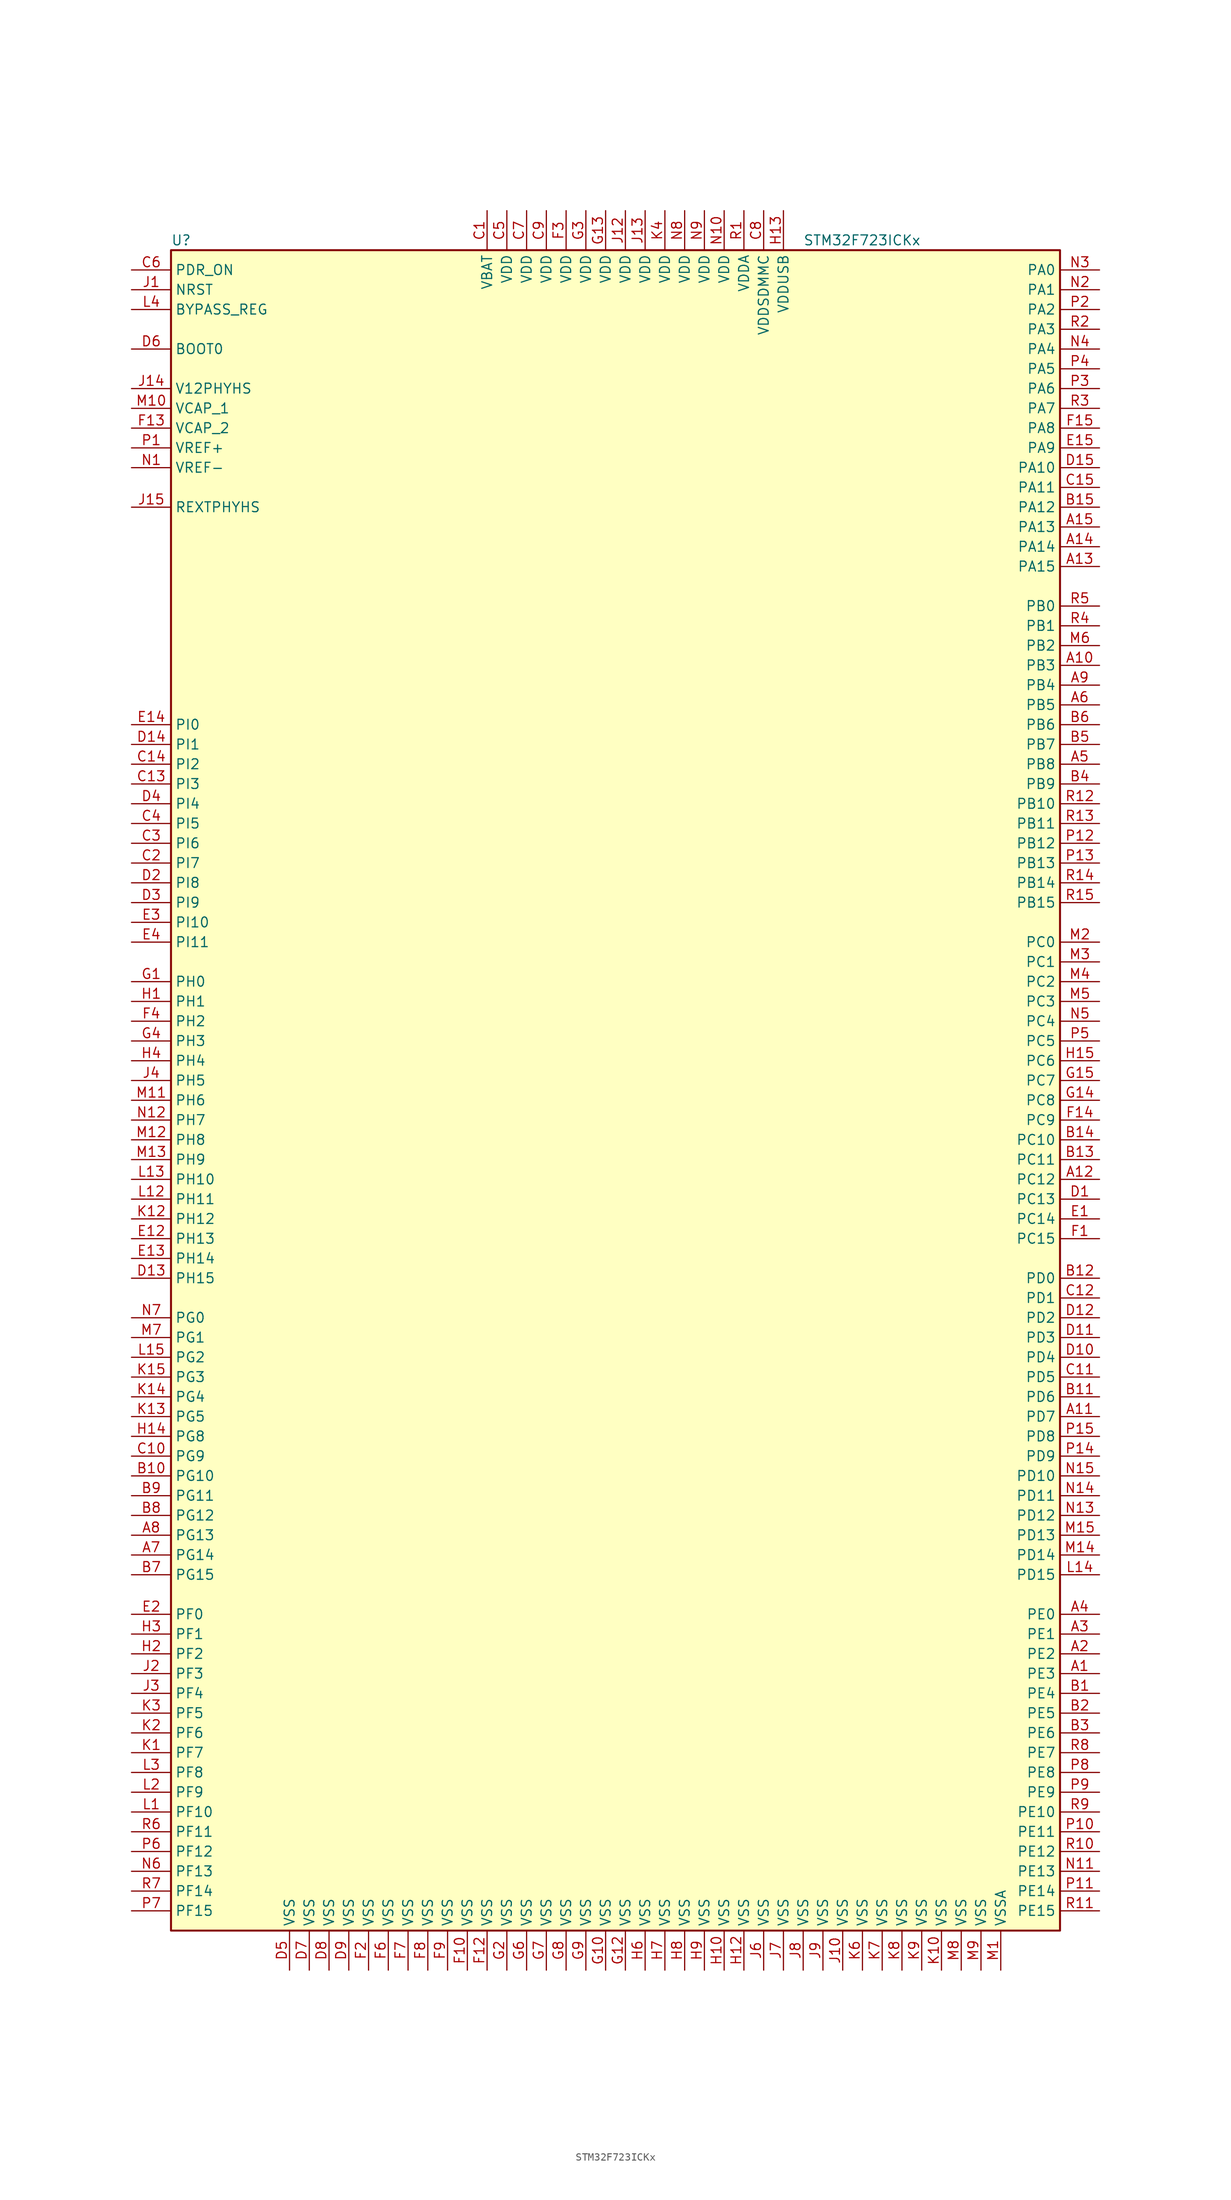
<source format=kicad_sym>
(kicad_symbol_lib
  (version 20220914)
  (generator kicad_symbol_editor)
  (symbol "STM32F723ICKx"
    (property "Reference" "U"
      (at -58.42 107.95 0)
      (effects (font (size 1.27 1.27)) (justify left)))
    (property "Value" "STM32F723ICKx"
      (at 22.86 107.95 0)
      (effects (font (size 1.27 1.27)) (justify left)))
    (symbol "STM32F723ICKx_0_1"
      (rectangle (start -58.42 -109.22) (end 55.88 106.68) (stroke (width 0.254) (type default)) (fill (type background))))
    (symbol "STM32F723ICKx_1_1"
      (pin bidirectional line (at 60.96 -76.2 180) (length 5.08) (name "PE3" (effects (font (size 1.27 1.27)))) (number "A1" (effects (font (size 1.27 1.27)))))
      (pin bidirectional line (at 60.96 53.34 180) (length 5.08) (name "PB3" (effects (font (size 1.27 1.27)))) (number "A10" (effects (font (size 1.27 1.27)))))
      (pin bidirectional line (at 60.96 -43.18 180) (length 5.08) (name "PD7" (effects (font (size 1.27 1.27)))) (number "A11" (effects (font (size 1.27 1.27)))))
      (pin bidirectional line (at 60.96 -12.7 180) (length 5.08) (name "PC12" (effects (font (size 1.27 1.27)))) (number "A12" (effects (font (size 1.27 1.27)))))
      (pin bidirectional line (at 60.96 66.04 180) (length 5.08) (name "PA15" (effects (font (size 1.27 1.27)))) (number "A13" (effects (font (size 1.27 1.27)))))
      (pin bidirectional line (at 60.96 68.58 180) (length 5.08) (name "PA14" (effects (font (size 1.27 1.27)))) (number "A14" (effects (font (size 1.27 1.27)))))
      (pin bidirectional line (at 60.96 71.12 180) (length 5.08) (name "PA13" (effects (font (size 1.27 1.27)))) (number "A15" (effects (font (size 1.27 1.27)))))
      (pin bidirectional line (at 60.96 -73.66 180) (length 5.08) (name "PE2" (effects (font (size 1.27 1.27)))) (number "A2" (effects (font (size 1.27 1.27)))))
      (pin bidirectional line (at 60.96 -71.12 180) (length 5.08) (name "PE1" (effects (font (size 1.27 1.27)))) (number "A3" (effects (font (size 1.27 1.27)))))
      (pin bidirectional line (at 60.96 -68.58 180) (length 5.08) (name "PE0" (effects (font (size 1.27 1.27)))) (number "A4" (effects (font (size 1.27 1.27)))))
      (pin bidirectional line (at 60.96 40.64 180) (length 5.08) (name "PB8" (effects (font (size 1.27 1.27)))) (number "A5" (effects (font (size 1.27 1.27)))))
      (pin bidirectional line (at 60.96 48.26 180) (length 5.08) (name "PB5" (effects (font (size 1.27 1.27)))) (number "A6" (effects (font (size 1.27 1.27)))))
      (pin bidirectional line (at -63.5 -60.96 0) (length 5.08) (name "PG14" (effects (font (size 1.27 1.27)))) (number "A7" (effects (font (size 1.27 1.27)))))
      (pin bidirectional line (at -63.5 -58.42 0) (length 5.08) (name "PG13" (effects (font (size 1.27 1.27)))) (number "A8" (effects (font (size 1.27 1.27)))))
      (pin bidirectional line (at 60.96 50.8 180) (length 5.08) (name "PB4" (effects (font (size 1.27 1.27)))) (number "A9" (effects (font (size 1.27 1.27)))))
      (pin bidirectional line (at 60.96 -78.74 180) (length 5.08) (name "PE4" (effects (font (size 1.27 1.27)))) (number "B1" (effects (font (size 1.27 1.27)))))
      (pin bidirectional line (at -63.5 -50.8 0) (length 5.08) (name "PG10" (effects (font (size 1.27 1.27)))) (number "B10" (effects (font (size 1.27 1.27)))))
      (pin bidirectional line (at 60.96 -40.64 180) (length 5.08) (name "PD6" (effects (font (size 1.27 1.27)))) (number "B11" (effects (font (size 1.27 1.27)))))
      (pin bidirectional line (at 60.96 -25.4 180) (length 5.08) (name "PD0" (effects (font (size 1.27 1.27)))) (number "B12" (effects (font (size 1.27 1.27)))))
      (pin bidirectional line (at 60.96 -10.16 180) (length 5.08) (name "PC11" (effects (font (size 1.27 1.27)))) (number "B13" (effects (font (size 1.27 1.27)))))
      (pin bidirectional line (at 60.96 -7.62 180) (length 5.08) (name "PC10" (effects (font (size 1.27 1.27)))) (number "B14" (effects (font (size 1.27 1.27)))))
      (pin bidirectional line (at 60.96 73.66 180) (length 5.08) (name "PA12" (effects (font (size 1.27 1.27)))) (number "B15" (effects (font (size 1.27 1.27)))))
      (pin bidirectional line (at 60.96 -81.28 180) (length 5.08) (name "PE5" (effects (font (size 1.27 1.27)))) (number "B2" (effects (font (size 1.27 1.27)))))
      (pin bidirectional line (at 60.96 -83.82 180) (length 5.08) (name "PE6" (effects (font (size 1.27 1.27)))) (number "B3" (effects (font (size 1.27 1.27)))))
      (pin bidirectional line (at 60.96 38.1 180) (length 5.08) (name "PB9" (effects (font (size 1.27 1.27)))) (number "B4" (effects (font (size 1.27 1.27)))))
      (pin bidirectional line (at 60.96 43.18 180) (length 5.08) (name "PB7" (effects (font (size 1.27 1.27)))) (number "B5" (effects (font (size 1.27 1.27)))))
      (pin bidirectional line (at 60.96 45.72 180) (length 5.08) (name "PB6" (effects (font (size 1.27 1.27)))) (number "B6" (effects (font (size 1.27 1.27)))))
      (pin bidirectional line (at -63.5 -63.5 0) (length 5.08) (name "PG15" (effects (font (size 1.27 1.27)))) (number "B7" (effects (font (size 1.27 1.27)))))
      (pin bidirectional line (at -63.5 -55.88 0) (length 5.08) (name "PG12" (effects (font (size 1.27 1.27)))) (number "B8" (effects (font (size 1.27 1.27)))))
      (pin bidirectional line (at -63.5 -53.34 0) (length 5.08) (name "PG11" (effects (font (size 1.27 1.27)))) (number "B9" (effects (font (size 1.27 1.27)))))
      (pin power_in line (at -17.78 111.76 270) (length 5.08) (name "VBAT" (effects (font (size 1.27 1.27)))) (number "C1" (effects (font (size 1.27 1.27)))))
      (pin bidirectional line (at -63.5 -48.26 0) (length 5.08) (name "PG9" (effects (font (size 1.27 1.27)))) (number "C10" (effects (font (size 1.27 1.27)))))
      (pin bidirectional line (at 60.96 -38.1 180) (length 5.08) (name "PD5" (effects (font (size 1.27 1.27)))) (number "C11" (effects (font (size 1.27 1.27)))))
      (pin bidirectional line (at 60.96 -27.94 180) (length 5.08) (name "PD1" (effects (font (size 1.27 1.27)))) (number "C12" (effects (font (size 1.27 1.27)))))
      (pin bidirectional line (at -63.5 38.1 0) (length 5.08) (name "PI3" (effects (font (size 1.27 1.27)))) (number "C13" (effects (font (size 1.27 1.27)))))
      (pin bidirectional line (at -63.5 40.64 0) (length 5.08) (name "PI2" (effects (font (size 1.27 1.27)))) (number "C14" (effects (font (size 1.27 1.27)))))
      (pin bidirectional line (at 60.96 76.2 180) (length 5.08) (name "PA11" (effects (font (size 1.27 1.27)))) (number "C15" (effects (font (size 1.27 1.27)))))
      (pin bidirectional line (at -63.5 27.94 0) (length 5.08) (name "PI7" (effects (font (size 1.27 1.27)))) (number "C2" (effects (font (size 1.27 1.27)))))
      (pin bidirectional line (at -63.5 30.48 0) (length 5.08) (name "PI6" (effects (font (size 1.27 1.27)))) (number "C3" (effects (font (size 1.27 1.27)))))
      (pin bidirectional line (at -63.5 33.02 0) (length 5.08) (name "PI5" (effects (font (size 1.27 1.27)))) (number "C4" (effects (font (size 1.27 1.27)))))
      (pin power_in line (at -15.24 111.76 270) (length 5.08) (name "VDD" (effects (font (size 1.27 1.27)))) (number "C5" (effects (font (size 1.27 1.27)))))
      (pin input line (at -63.5 104.14 0) (length 5.08) (name "PDR_ON" (effects (font (size 1.27 1.27)))) (number "C6" (effects (font (size 1.27 1.27)))))
      (pin power_in line (at -12.7 111.76 270) (length 5.08) (name "VDD" (effects (font (size 1.27 1.27)))) (number "C7" (effects (font (size 1.27 1.27)))))
      (pin power_in line (at 17.78 111.76 270) (length 5.08) (name "VDDSDMMC" (effects (font (size 1.27 1.27)))) (number "C8" (effects (font (size 1.27 1.27)))))
      (pin power_in line (at -10.16 111.76 270) (length 5.08) (name "VDD" (effects (font (size 1.27 1.27)))) (number "C9" (effects (font (size 1.27 1.27)))))
      (pin bidirectional line (at 60.96 -15.24 180) (length 5.08) (name "PC13" (effects (font (size 1.27 1.27)))) (number "D1" (effects (font (size 1.27 1.27)))))
      (pin bidirectional line (at 60.96 -35.56 180) (length 5.08) (name "PD4" (effects (font (size 1.27 1.27)))) (number "D10" (effects (font (size 1.27 1.27)))))
      (pin bidirectional line (at 60.96 -33.02 180) (length 5.08) (name "PD3" (effects (font (size 1.27 1.27)))) (number "D11" (effects (font (size 1.27 1.27)))))
      (pin bidirectional line (at 60.96 -30.48 180) (length 5.08) (name "PD2" (effects (font (size 1.27 1.27)))) (number "D12" (effects (font (size 1.27 1.27)))))
      (pin bidirectional line (at -63.5 -25.4 0) (length 5.08) (name "PH15" (effects (font (size 1.27 1.27)))) (number "D13" (effects (font (size 1.27 1.27)))))
      (pin bidirectional line (at -63.5 43.18 0) (length 5.08) (name "PI1" (effects (font (size 1.27 1.27)))) (number "D14" (effects (font (size 1.27 1.27)))))
      (pin bidirectional line (at 60.96 78.74 180) (length 5.08) (name "PA10" (effects (font (size 1.27 1.27)))) (number "D15" (effects (font (size 1.27 1.27)))))
      (pin bidirectional line (at -63.5 25.4 0) (length 5.08) (name "PI8" (effects (font (size 1.27 1.27)))) (number "D2" (effects (font (size 1.27 1.27)))))
      (pin bidirectional line (at -63.5 22.86 0) (length 5.08) (name "PI9" (effects (font (size 1.27 1.27)))) (number "D3" (effects (font (size 1.27 1.27)))))
      (pin bidirectional line (at -63.5 35.56 0) (length 5.08) (name "PI4" (effects (font (size 1.27 1.27)))) (number "D4" (effects (font (size 1.27 1.27)))))
      (pin power_in line (at -43.18 -114.3 90) (length 5.08) (name "VSS" (effects (font (size 1.27 1.27)))) (number "D5" (effects (font (size 1.27 1.27)))))
      (pin input line (at -63.5 93.98 0) (length 5.08) (name "BOOT0" (effects (font (size 1.27 1.27)))) (number "D6" (effects (font (size 1.27 1.27)))))
      (pin power_in line (at -40.64 -114.3 90) (length 5.08) (name "VSS" (effects (font (size 1.27 1.27)))) (number "D7" (effects (font (size 1.27 1.27)))))
      (pin power_in line (at -38.1 -114.3 90) (length 5.08) (name "VSS" (effects (font (size 1.27 1.27)))) (number "D8" (effects (font (size 1.27 1.27)))))
      (pin power_in line (at -35.56 -114.3 90) (length 5.08) (name "VSS" (effects (font (size 1.27 1.27)))) (number "D9" (effects (font (size 1.27 1.27)))))
      (pin bidirectional line (at 60.96 -17.78 180) (length 5.08) (name "PC14" (effects (font (size 1.27 1.27)))) (number "E1" (effects (font (size 1.27 1.27)))))
      (pin bidirectional line (at -63.5 -20.32 0) (length 5.08) (name "PH13" (effects (font (size 1.27 1.27)))) (number "E12" (effects (font (size 1.27 1.27)))))
      (pin bidirectional line (at -63.5 -22.86 0) (length 5.08) (name "PH14" (effects (font (size 1.27 1.27)))) (number "E13" (effects (font (size 1.27 1.27)))))
      (pin bidirectional line (at -63.5 45.72 0) (length 5.08) (name "PI0" (effects (font (size 1.27 1.27)))) (number "E14" (effects (font (size 1.27 1.27)))))
      (pin bidirectional line (at 60.96 81.28 180) (length 5.08) (name "PA9" (effects (font (size 1.27 1.27)))) (number "E15" (effects (font (size 1.27 1.27)))))
      (pin bidirectional line (at -63.5 -68.58 0) (length 5.08) (name "PF0" (effects (font (size 1.27 1.27)))) (number "E2" (effects (font (size 1.27 1.27)))))
      (pin bidirectional line (at -63.5 20.32 0) (length 5.08) (name "PI10" (effects (font (size 1.27 1.27)))) (number "E3" (effects (font (size 1.27 1.27)))))
      (pin bidirectional line (at -63.5 17.78 0) (length 5.08) (name "PI11" (effects (font (size 1.27 1.27)))) (number "E4" (effects (font (size 1.27 1.27)))))
      (pin bidirectional line (at 60.96 -20.32 180) (length 5.08) (name "PC15" (effects (font (size 1.27 1.27)))) (number "F1" (effects (font (size 1.27 1.27)))))
      (pin power_in line (at -20.32 -114.3 90) (length 5.08) (name "VSS" (effects (font (size 1.27 1.27)))) (number "F10" (effects (font (size 1.27 1.27)))))
      (pin power_in line (at -17.78 -114.3 90) (length 5.08) (name "VSS" (effects (font (size 1.27 1.27)))) (number "F12" (effects (font (size 1.27 1.27)))))
      (pin power_in line (at -63.5 83.82 0) (length 5.08) (name "VCAP_2" (effects (font (size 1.27 1.27)))) (number "F13" (effects (font (size 1.27 1.27)))))
      (pin bidirectional line (at 60.96 -5.08 180) (length 5.08) (name "PC9" (effects (font (size 1.27 1.27)))) (number "F14" (effects (font (size 1.27 1.27)))))
      (pin bidirectional line (at 60.96 83.82 180) (length 5.08) (name "PA8" (effects (font (size 1.27 1.27)))) (number "F15" (effects (font (size 1.27 1.27)))))
      (pin power_in line (at -33.02 -114.3 90) (length 5.08) (name "VSS" (effects (font (size 1.27 1.27)))) (number "F2" (effects (font (size 1.27 1.27)))))
      (pin power_in line (at -7.62 111.76 270) (length 5.08) (name "VDD" (effects (font (size 1.27 1.27)))) (number "F3" (effects (font (size 1.27 1.27)))))
      (pin bidirectional line (at -63.5 7.62 0) (length 5.08) (name "PH2" (effects (font (size 1.27 1.27)))) (number "F4" (effects (font (size 1.27 1.27)))))
      (pin power_in line (at -30.48 -114.3 90) (length 5.08) (name "VSS" (effects (font (size 1.27 1.27)))) (number "F6" (effects (font (size 1.27 1.27)))))
      (pin power_in line (at -27.94 -114.3 90) (length 5.08) (name "VSS" (effects (font (size 1.27 1.27)))) (number "F7" (effects (font (size 1.27 1.27)))))
      (pin power_in line (at -25.4 -114.3 90) (length 5.08) (name "VSS" (effects (font (size 1.27 1.27)))) (number "F8" (effects (font (size 1.27 1.27)))))
      (pin power_in line (at -22.86 -114.3 90) (length 5.08) (name "VSS" (effects (font (size 1.27 1.27)))) (number "F9" (effects (font (size 1.27 1.27)))))
      (pin input line (at -63.5 12.7 0) (length 5.08) (name "PH0" (effects (font (size 1.27 1.27)))) (number "G1" (effects (font (size 1.27 1.27)))))
      (pin power_in line (at -2.54 -114.3 90) (length 5.08) (name "VSS" (effects (font (size 1.27 1.27)))) (number "G10" (effects (font (size 1.27 1.27)))))
      (pin power_in line (at 0 -114.3 90) (length 5.08) (name "VSS" (effects (font (size 1.27 1.27)))) (number "G12" (effects (font (size 1.27 1.27)))))
      (pin power_in line (at -2.54 111.76 270) (length 5.08) (name "VDD" (effects (font (size 1.27 1.27)))) (number "G13" (effects (font (size 1.27 1.27)))))
      (pin bidirectional line (at 60.96 -2.54 180) (length 5.08) (name "PC8" (effects (font (size 1.27 1.27)))) (number "G14" (effects (font (size 1.27 1.27)))))
      (pin bidirectional line (at 60.96 0 180) (length 5.08) (name "PC7" (effects (font (size 1.27 1.27)))) (number "G15" (effects (font (size 1.27 1.27)))))
      (pin power_in line (at -15.24 -114.3 90) (length 5.08) (name "VSS" (effects (font (size 1.27 1.27)))) (number "G2" (effects (font (size 1.27 1.27)))))
      (pin power_in line (at -5.08 111.76 270) (length 5.08) (name "VDD" (effects (font (size 1.27 1.27)))) (number "G3" (effects (font (size 1.27 1.27)))))
      (pin bidirectional line (at -63.5 5.08 0) (length 5.08) (name "PH3" (effects (font (size 1.27 1.27)))) (number "G4" (effects (font (size 1.27 1.27)))))
      (pin power_in line (at -12.7 -114.3 90) (length 5.08) (name "VSS" (effects (font (size 1.27 1.27)))) (number "G6" (effects (font (size 1.27 1.27)))))
      (pin power_in line (at -10.16 -114.3 90) (length 5.08) (name "VSS" (effects (font (size 1.27 1.27)))) (number "G7" (effects (font (size 1.27 1.27)))))
      (pin power_in line (at -7.62 -114.3 90) (length 5.08) (name "VSS" (effects (font (size 1.27 1.27)))) (number "G8" (effects (font (size 1.27 1.27)))))
      (pin power_in line (at -5.08 -114.3 90) (length 5.08) (name "VSS" (effects (font (size 1.27 1.27)))) (number "G9" (effects (font (size 1.27 1.27)))))
      (pin input line (at -63.5 10.16 0) (length 5.08) (name "PH1" (effects (font (size 1.27 1.27)))) (number "H1" (effects (font (size 1.27 1.27)))))
      (pin power_in line (at 12.7 -114.3 90) (length 5.08) (name "VSS" (effects (font (size 1.27 1.27)))) (number "H10" (effects (font (size 1.27 1.27)))))
      (pin power_in line (at 15.24 -114.3 90) (length 5.08) (name "VSS" (effects (font (size 1.27 1.27)))) (number "H12" (effects (font (size 1.27 1.27)))))
      (pin power_in line (at 20.32 111.76 270) (length 5.08) (name "VDDUSB" (effects (font (size 1.27 1.27)))) (number "H13" (effects (font (size 1.27 1.27)))))
      (pin bidirectional line (at -63.5 -45.72 0) (length 5.08) (name "PG8" (effects (font (size 1.27 1.27)))) (number "H14" (effects (font (size 1.27 1.27)))))
      (pin bidirectional line (at 60.96 2.54 180) (length 5.08) (name "PC6" (effects (font (size 1.27 1.27)))) (number "H15" (effects (font (size 1.27 1.27)))))
      (pin bidirectional line (at -63.5 -73.66 0) (length 5.08) (name "PF2" (effects (font (size 1.27 1.27)))) (number "H2" (effects (font (size 1.27 1.27)))))
      (pin bidirectional line (at -63.5 -71.12 0) (length 5.08) (name "PF1" (effects (font (size 1.27 1.27)))) (number "H3" (effects (font (size 1.27 1.27)))))
      (pin bidirectional line (at -63.5 2.54 0) (length 5.08) (name "PH4" (effects (font (size 1.27 1.27)))) (number "H4" (effects (font (size 1.27 1.27)))))
      (pin power_in line (at 2.54 -114.3 90) (length 5.08) (name "VSS" (effects (font (size 1.27 1.27)))) (number "H6" (effects (font (size 1.27 1.27)))))
      (pin power_in line (at 5.08 -114.3 90) (length 5.08) (name "VSS" (effects (font (size 1.27 1.27)))) (number "H7" (effects (font (size 1.27 1.27)))))
      (pin power_in line (at 7.62 -114.3 90) (length 5.08) (name "VSS" (effects (font (size 1.27 1.27)))) (number "H8" (effects (font (size 1.27 1.27)))))
      (pin power_in line (at 10.16 -114.3 90) (length 5.08) (name "VSS" (effects (font (size 1.27 1.27)))) (number "H9" (effects (font (size 1.27 1.27)))))
      (pin input line (at -63.5 101.6 0) (length 5.08) (name "NRST" (effects (font (size 1.27 1.27)))) (number "J1" (effects (font (size 1.27 1.27)))))
      (pin power_in line (at 27.94 -114.3 90) (length 5.08) (name "VSS" (effects (font (size 1.27 1.27)))) (number "J10" (effects (font (size 1.27 1.27)))))
      (pin power_in line (at 0 111.76 270) (length 5.08) (name "VDD" (effects (font (size 1.27 1.27)))) (number "J12" (effects (font (size 1.27 1.27)))))
      (pin power_in line (at 2.54 111.76 270) (length 5.08) (name "VDD" (effects (font (size 1.27 1.27)))) (number "J13" (effects (font (size 1.27 1.27)))))
      (pin power_in line (at -63.5 88.9 0) (length 5.08) (name "V12PHYHS" (effects (font (size 1.27 1.27)))) (number "J14" (effects (font (size 1.27 1.27)))))
      (pin bidirectional line (at -63.5 73.66 0) (length 5.08) (name "REXTPHYHS" (effects (font (size 1.27 1.27)))) (number "J15" (effects (font (size 1.27 1.27)))))
      (pin bidirectional line (at -63.5 -76.2 0) (length 5.08) (name "PF3" (effects (font (size 1.27 1.27)))) (number "J2" (effects (font (size 1.27 1.27)))))
      (pin bidirectional line (at -63.5 -78.74 0) (length 5.08) (name "PF4" (effects (font (size 1.27 1.27)))) (number "J3" (effects (font (size 1.27 1.27)))))
      (pin bidirectional line (at -63.5 0 0) (length 5.08) (name "PH5" (effects (font (size 1.27 1.27)))) (number "J4" (effects (font (size 1.27 1.27)))))
      (pin power_in line (at 17.78 -114.3 90) (length 5.08) (name "VSS" (effects (font (size 1.27 1.27)))) (number "J6" (effects (font (size 1.27 1.27)))))
      (pin power_in line (at 20.32 -114.3 90) (length 5.08) (name "VSS" (effects (font (size 1.27 1.27)))) (number "J7" (effects (font (size 1.27 1.27)))))
      (pin power_in line (at 22.86 -114.3 90) (length 5.08) (name "VSS" (effects (font (size 1.27 1.27)))) (number "J8" (effects (font (size 1.27 1.27)))))
      (pin power_in line (at 25.4 -114.3 90) (length 5.08) (name "VSS" (effects (font (size 1.27 1.27)))) (number "J9" (effects (font (size 1.27 1.27)))))
      (pin bidirectional line (at -63.5 -86.36 0) (length 5.08) (name "PF7" (effects (font (size 1.27 1.27)))) (number "K1" (effects (font (size 1.27 1.27)))))
      (pin power_in line (at 40.64 -114.3 90) (length 5.08) (name "VSS" (effects (font (size 1.27 1.27)))) (number "K10" (effects (font (size 1.27 1.27)))))
      (pin bidirectional line (at -63.5 -17.78 0) (length 5.08) (name "PH12" (effects (font (size 1.27 1.27)))) (number "K12" (effects (font (size 1.27 1.27)))))
      (pin bidirectional line (at -63.5 -43.18 0) (length 5.08) (name "PG5" (effects (font (size 1.27 1.27)))) (number "K13" (effects (font (size 1.27 1.27)))))
      (pin bidirectional line (at -63.5 -40.64 0) (length 5.08) (name "PG4" (effects (font (size 1.27 1.27)))) (number "K14" (effects (font (size 1.27 1.27)))))
      (pin bidirectional line (at -63.5 -38.1 0) (length 5.08) (name "PG3" (effects (font (size 1.27 1.27)))) (number "K15" (effects (font (size 1.27 1.27)))))
      (pin bidirectional line (at -63.5 -83.82 0) (length 5.08) (name "PF6" (effects (font (size 1.27 1.27)))) (number "K2" (effects (font (size 1.27 1.27)))))
      (pin bidirectional line (at -63.5 -81.28 0) (length 5.08) (name "PF5" (effects (font (size 1.27 1.27)))) (number "K3" (effects (font (size 1.27 1.27)))))
      (pin power_in line (at 5.08 111.76 270) (length 5.08) (name "VDD" (effects (font (size 1.27 1.27)))) (number "K4" (effects (font (size 1.27 1.27)))))
      (pin power_in line (at 30.48 -114.3 90) (length 5.08) (name "VSS" (effects (font (size 1.27 1.27)))) (number "K6" (effects (font (size 1.27 1.27)))))
      (pin power_in line (at 33.02 -114.3 90) (length 5.08) (name "VSS" (effects (font (size 1.27 1.27)))) (number "K7" (effects (font (size 1.27 1.27)))))
      (pin power_in line (at 35.56 -114.3 90) (length 5.08) (name "VSS" (effects (font (size 1.27 1.27)))) (number "K8" (effects (font (size 1.27 1.27)))))
      (pin power_in line (at 38.1 -114.3 90) (length 5.08) (name "VSS" (effects (font (size 1.27 1.27)))) (number "K9" (effects (font (size 1.27 1.27)))))
      (pin bidirectional line (at -63.5 -93.98 0) (length 5.08) (name "PF10" (effects (font (size 1.27 1.27)))) (number "L1" (effects (font (size 1.27 1.27)))))
      (pin bidirectional line (at -63.5 -15.24 0) (length 5.08) (name "PH11" (effects (font (size 1.27 1.27)))) (number "L12" (effects (font (size 1.27 1.27)))))
      (pin bidirectional line (at -63.5 -12.7 0) (length 5.08) (name "PH10" (effects (font (size 1.27 1.27)))) (number "L13" (effects (font (size 1.27 1.27)))))
      (pin bidirectional line (at 60.96 -63.5 180) (length 5.08) (name "PD15" (effects (font (size 1.27 1.27)))) (number "L14" (effects (font (size 1.27 1.27)))))
      (pin bidirectional line (at -63.5 -35.56 0) (length 5.08) (name "PG2" (effects (font (size 1.27 1.27)))) (number "L15" (effects (font (size 1.27 1.27)))))
      (pin bidirectional line (at -63.5 -91.44 0) (length 5.08) (name "PF9" (effects (font (size 1.27 1.27)))) (number "L2" (effects (font (size 1.27 1.27)))))
      (pin bidirectional line (at -63.5 -88.9 0) (length 5.08) (name "PF8" (effects (font (size 1.27 1.27)))) (number "L3" (effects (font (size 1.27 1.27)))))
      (pin input line (at -63.5 99.06 0) (length 5.08) (name "BYPASS_REG" (effects (font (size 1.27 1.27)))) (number "L4" (effects (font (size 1.27 1.27)))))
      (pin power_in line (at 48.26 -114.3 90) (length 5.08) (name "VSSA" (effects (font (size 1.27 1.27)))) (number "M1" (effects (font (size 1.27 1.27)))))
      (pin power_in line (at -63.5 86.36 0) (length 5.08) (name "VCAP_1" (effects (font (size 1.27 1.27)))) (number "M10" (effects (font (size 1.27 1.27)))))
      (pin bidirectional line (at -63.5 -2.54 0) (length 5.08) (name "PH6" (effects (font (size 1.27 1.27)))) (number "M11" (effects (font (size 1.27 1.27)))))
      (pin bidirectional line (at -63.5 -7.62 0) (length 5.08) (name "PH8" (effects (font (size 1.27 1.27)))) (number "M12" (effects (font (size 1.27 1.27)))))
      (pin bidirectional line (at -63.5 -10.16 0) (length 5.08) (name "PH9" (effects (font (size 1.27 1.27)))) (number "M13" (effects (font (size 1.27 1.27)))))
      (pin bidirectional line (at 60.96 -60.96 180) (length 5.08) (name "PD14" (effects (font (size 1.27 1.27)))) (number "M14" (effects (font (size 1.27 1.27)))))
      (pin bidirectional line (at 60.96 -58.42 180) (length 5.08) (name "PD13" (effects (font (size 1.27 1.27)))) (number "M15" (effects (font (size 1.27 1.27)))))
      (pin bidirectional line (at 60.96 17.78 180) (length 5.08) (name "PC0" (effects (font (size 1.27 1.27)))) (number "M2" (effects (font (size 1.27 1.27)))))
      (pin bidirectional line (at 60.96 15.24 180) (length 5.08) (name "PC1" (effects (font (size 1.27 1.27)))) (number "M3" (effects (font (size 1.27 1.27)))))
      (pin bidirectional line (at 60.96 12.7 180) (length 5.08) (name "PC2" (effects (font (size 1.27 1.27)))) (number "M4" (effects (font (size 1.27 1.27)))))
      (pin bidirectional line (at 60.96 10.16 180) (length 5.08) (name "PC3" (effects (font (size 1.27 1.27)))) (number "M5" (effects (font (size 1.27 1.27)))))
      (pin bidirectional line (at 60.96 55.88 180) (length 5.08) (name "PB2" (effects (font (size 1.27 1.27)))) (number "M6" (effects (font (size 1.27 1.27)))))
      (pin bidirectional line (at -63.5 -33.02 0) (length 5.08) (name "PG1" (effects (font (size 1.27 1.27)))) (number "M7" (effects (font (size 1.27 1.27)))))
      (pin power_in line (at 43.18 -114.3 90) (length 5.08) (name "VSS" (effects (font (size 1.27 1.27)))) (number "M8" (effects (font (size 1.27 1.27)))))
      (pin power_in line (at 45.72 -114.3 90) (length 5.08) (name "VSS" (effects (font (size 1.27 1.27)))) (number "M9" (effects (font (size 1.27 1.27)))))
      (pin power_in line (at -63.5 78.74 0) (length 5.08) (name "VREF-" (effects (font (size 1.27 1.27)))) (number "N1" (effects (font (size 1.27 1.27)))))
      (pin power_in line (at 12.7 111.76 270) (length 5.08) (name "VDD" (effects (font (size 1.27 1.27)))) (number "N10" (effects (font (size 1.27 1.27)))))
      (pin bidirectional line (at 60.96 -101.6 180) (length 5.08) (name "PE13" (effects (font (size 1.27 1.27)))) (number "N11" (effects (font (size 1.27 1.27)))))
      (pin bidirectional line (at -63.5 -5.08 0) (length 5.08) (name "PH7" (effects (font (size 1.27 1.27)))) (number "N12" (effects (font (size 1.27 1.27)))))
      (pin bidirectional line (at 60.96 -55.88 180) (length 5.08) (name "PD12" (effects (font (size 1.27 1.27)))) (number "N13" (effects (font (size 1.27 1.27)))))
      (pin bidirectional line (at 60.96 -53.34 180) (length 5.08) (name "PD11" (effects (font (size 1.27 1.27)))) (number "N14" (effects (font (size 1.27 1.27)))))
      (pin bidirectional line (at 60.96 -50.8 180) (length 5.08) (name "PD10" (effects (font (size 1.27 1.27)))) (number "N15" (effects (font (size 1.27 1.27)))))
      (pin bidirectional line (at 60.96 101.6 180) (length 5.08) (name "PA1" (effects (font (size 1.27 1.27)))) (number "N2" (effects (font (size 1.27 1.27)))))
      (pin bidirectional line (at 60.96 104.14 180) (length 5.08) (name "PA0" (effects (font (size 1.27 1.27)))) (number "N3" (effects (font (size 1.27 1.27)))))
      (pin bidirectional line (at 60.96 93.98 180) (length 5.08) (name "PA4" (effects (font (size 1.27 1.27)))) (number "N4" (effects (font (size 1.27 1.27)))))
      (pin bidirectional line (at 60.96 7.62 180) (length 5.08) (name "PC4" (effects (font (size 1.27 1.27)))) (number "N5" (effects (font (size 1.27 1.27)))))
      (pin bidirectional line (at -63.5 -101.6 0) (length 5.08) (name "PF13" (effects (font (size 1.27 1.27)))) (number "N6" (effects (font (size 1.27 1.27)))))
      (pin bidirectional line (at -63.5 -30.48 0) (length 5.08) (name "PG0" (effects (font (size 1.27 1.27)))) (number "N7" (effects (font (size 1.27 1.27)))))
      (pin power_in line (at 7.62 111.76 270) (length 5.08) (name "VDD" (effects (font (size 1.27 1.27)))) (number "N8" (effects (font (size 1.27 1.27)))))
      (pin power_in line (at 10.16 111.76 270) (length 5.08) (name "VDD" (effects (font (size 1.27 1.27)))) (number "N9" (effects (font (size 1.27 1.27)))))
      (pin power_in line (at -63.5 81.28 0) (length 5.08) (name "VREF+" (effects (font (size 1.27 1.27)))) (number "P1" (effects (font (size 1.27 1.27)))))
      (pin bidirectional line (at 60.96 -96.52 180) (length 5.08) (name "PE11" (effects (font (size 1.27 1.27)))) (number "P10" (effects (font (size 1.27 1.27)))))
      (pin bidirectional line (at 60.96 -104.14 180) (length 5.08) (name "PE14" (effects (font (size 1.27 1.27)))) (number "P11" (effects (font (size 1.27 1.27)))))
      (pin bidirectional line (at 60.96 30.48 180) (length 5.08) (name "PB12" (effects (font (size 1.27 1.27)))) (number "P12" (effects (font (size 1.27 1.27)))))
      (pin bidirectional line (at 60.96 27.94 180) (length 5.08) (name "PB13" (effects (font (size 1.27 1.27)))) (number "P13" (effects (font (size 1.27 1.27)))))
      (pin bidirectional line (at 60.96 -48.26 180) (length 5.08) (name "PD9" (effects (font (size 1.27 1.27)))) (number "P14" (effects (font (size 1.27 1.27)))))
      (pin bidirectional line (at 60.96 -45.72 180) (length 5.08) (name "PD8" (effects (font (size 1.27 1.27)))) (number "P15" (effects (font (size 1.27 1.27)))))
      (pin bidirectional line (at 60.96 99.06 180) (length 5.08) (name "PA2" (effects (font (size 1.27 1.27)))) (number "P2" (effects (font (size 1.27 1.27)))))
      (pin bidirectional line (at 60.96 88.9 180) (length 5.08) (name "PA6" (effects (font (size 1.27 1.27)))) (number "P3" (effects (font (size 1.27 1.27)))))
      (pin bidirectional line (at 60.96 91.44 180) (length 5.08) (name "PA5" (effects (font (size 1.27 1.27)))) (number "P4" (effects (font (size 1.27 1.27)))))
      (pin bidirectional line (at 60.96 5.08 180) (length 5.08) (name "PC5" (effects (font (size 1.27 1.27)))) (number "P5" (effects (font (size 1.27 1.27)))))
      (pin bidirectional line (at -63.5 -99.06 0) (length 5.08) (name "PF12" (effects (font (size 1.27 1.27)))) (number "P6" (effects (font (size 1.27 1.27)))))
      (pin bidirectional line (at -63.5 -106.68 0) (length 5.08) (name "PF15" (effects (font (size 1.27 1.27)))) (number "P7" (effects (font (size 1.27 1.27)))))
      (pin bidirectional line (at 60.96 -88.9 180) (length 5.08) (name "PE8" (effects (font (size 1.27 1.27)))) (number "P8" (effects (font (size 1.27 1.27)))))
      (pin bidirectional line (at 60.96 -91.44 180) (length 5.08) (name "PE9" (effects (font (size 1.27 1.27)))) (number "P9" (effects (font (size 1.27 1.27)))))
      (pin power_in line (at 15.24 111.76 270) (length 5.08) (name "VDDA" (effects (font (size 1.27 1.27)))) (number "R1" (effects (font (size 1.27 1.27)))))
      (pin bidirectional line (at 60.96 -99.06 180) (length 5.08) (name "PE12" (effects (font (size 1.27 1.27)))) (number "R10" (effects (font (size 1.27 1.27)))))
      (pin bidirectional line (at 60.96 -106.68 180) (length 5.08) (name "PE15" (effects (font (size 1.27 1.27)))) (number "R11" (effects (font (size 1.27 1.27)))))
      (pin bidirectional line (at 60.96 35.56 180) (length 5.08) (name "PB10" (effects (font (size 1.27 1.27)))) (number "R12" (effects (font (size 1.27 1.27)))))
      (pin bidirectional line (at 60.96 33.02 180) (length 5.08) (name "PB11" (effects (font (size 1.27 1.27)))) (number "R13" (effects (font (size 1.27 1.27)))))
      (pin bidirectional line (at 60.96 25.4 180) (length 5.08) (name "PB14" (effects (font (size 1.27 1.27)))) (number "R14" (effects (font (size 1.27 1.27)))))
      (pin bidirectional line (at 60.96 22.86 180) (length 5.08) (name "PB15" (effects (font (size 1.27 1.27)))) (number "R15" (effects (font (size 1.27 1.27)))))
      (pin bidirectional line (at 60.96 96.52 180) (length 5.08) (name "PA3" (effects (font (size 1.27 1.27)))) (number "R2" (effects (font (size 1.27 1.27)))))
      (pin bidirectional line (at 60.96 86.36 180) (length 5.08) (name "PA7" (effects (font (size 1.27 1.27)))) (number "R3" (effects (font (size 1.27 1.27)))))
      (pin bidirectional line (at 60.96 58.42 180) (length 5.08) (name "PB1" (effects (font (size 1.27 1.27)))) (number "R4" (effects (font (size 1.27 1.27)))))
      (pin bidirectional line (at 60.96 60.96 180) (length 5.08) (name "PB0" (effects (font (size 1.27 1.27)))) (number "R5" (effects (font (size 1.27 1.27)))))
      (pin bidirectional line (at -63.5 -96.52 0) (length 5.08) (name "PF11" (effects (font (size 1.27 1.27)))) (number "R6" (effects (font (size 1.27 1.27)))))
      (pin bidirectional line (at -63.5 -104.14 0) (length 5.08) (name "PF14" (effects (font (size 1.27 1.27)))) (number "R7" (effects (font (size 1.27 1.27)))))
      (pin bidirectional line (at 60.96 -86.36 180) (length 5.08) (name "PE7" (effects (font (size 1.27 1.27)))) (number "R8" (effects (font (size 1.27 1.27)))))
      (pin bidirectional line (at 60.96 -93.98 180) (length 5.08) (name "PE10" (effects (font (size 1.27 1.27)))) (number "R9" (effects (font (size 1.27 1.27))))))))
</source>
